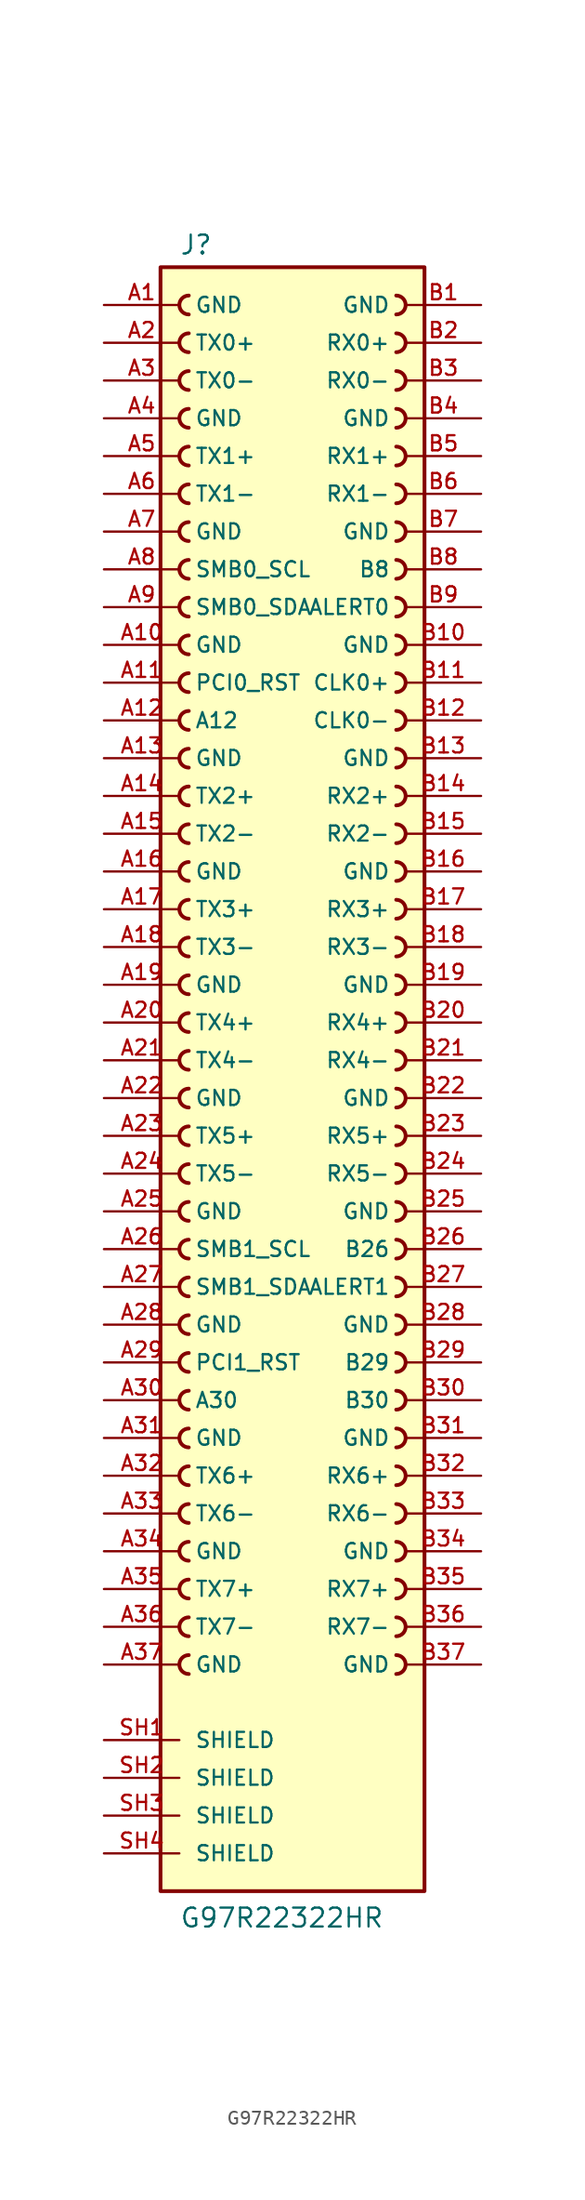
<source format=kicad_sym>
(kicad_symbol_lib
  (version 20241209)
  (generator "kicad_symbol_editor")
  (generator_version "9.0")
  (symbol "G97R22322HR"
    (pin_names
      (offset 1.016))
    (property "Reference" "J"
      (at -7.62 51.562 0)
      (effects (font (size 1.27 1.27)) (justify left bottom)))
    (property "Value" "G97R22322HR"
      (at -7.62 -60.96 0)
      (effects (font (size 1.27 1.27)) (justify left bottom)))
    (symbol "G97R22322HR_0_0"
      (rectangle (start -8.89 50.8) (end 8.89 -58.42) (stroke (width 0.254) (type default)) (fill (type background)))
      (arc (start -6.985 47.625) (mid -7.6172 48.26) (end -6.985 48.895) (stroke (width 0.254) (type default)) (fill (type none)))
      (arc (start -6.985 45.085) (mid -7.6172 45.72) (end -6.985 46.355) (stroke (width 0.254) (type default)) (fill (type none)))
      (arc (start -6.985 42.545) (mid -7.6172 43.18) (end -6.985 43.815) (stroke (width 0.254) (type default)) (fill (type none)))
      (arc (start -6.985 40.005) (mid -7.6172 40.64) (end -6.985 41.275) (stroke (width 0.254) (type default)) (fill (type none)))
      (arc (start -6.985 37.465) (mid -7.6172 38.1) (end -6.985 38.735) (stroke (width 0.254) (type default)) (fill (type none)))
      (arc (start -6.985 34.925) (mid -7.6172 35.56) (end -6.985 36.195) (stroke (width 0.254) (type default)) (fill (type none)))
      (arc (start -6.985 32.385) (mid -7.6172 33.02) (end -6.985 33.655) (stroke (width 0.254) (type default)) (fill (type none)))
      (arc (start -6.985 29.845) (mid -7.6172 30.48) (end -6.985 31.115) (stroke (width 0.254) (type default)) (fill (type none)))
      (arc (start -6.985 27.305) (mid -7.6172 27.94) (end -6.985 28.575) (stroke (width 0.254) (type default)) (fill (type none)))
      (arc (start -6.985 24.765) (mid -7.6172 25.4) (end -6.985 26.035) (stroke (width 0.254) (type default)) (fill (type none)))
      (arc (start -6.985 22.225) (mid -7.6172 22.86) (end -6.985 23.495) (stroke (width 0.254) (type default)) (fill (type none)))
      (arc (start -6.985 19.685) (mid -7.6172 20.32) (end -6.985 20.955) (stroke (width 0.254) (type default)) (fill (type none)))
      (arc (start -6.985 17.145) (mid -7.6172 17.78) (end -6.985 18.415) (stroke (width 0.254) (type default)) (fill (type none)))
      (arc (start -6.985 14.605) (mid -7.6172 15.24) (end -6.985 15.875) (stroke (width 0.254) (type default)) (fill (type none)))
      (arc (start -6.985 12.065) (mid -7.6172 12.7) (end -6.985 13.335) (stroke (width 0.254) (type default)) (fill (type none)))
      (arc (start -6.985 9.525) (mid -7.6172 10.16) (end -6.985 10.795) (stroke (width 0.254) (type default)) (fill (type none)))
      (arc (start -6.985 6.985) (mid -7.6172 7.62) (end -6.985 8.255) (stroke (width 0.254) (type default)) (fill (type none)))
      (arc (start -6.985 4.445) (mid -7.6172 5.08) (end -6.985 5.715) (stroke (width 0.254) (type default)) (fill (type none)))
      (arc (start -6.985 1.905) (mid -7.6172 2.54) (end -6.985 3.175) (stroke (width 0.254) (type default)) (fill (type none)))
      (arc (start -6.985 -0.635) (mid -7.6172 0) (end -6.985 0.635) (stroke (width 0.254) (type default)) (fill (type none)))
      (arc (start -6.985 -3.175) (mid -7.6172 -2.54) (end -6.985 -1.905) (stroke (width 0.254) (type default)) (fill (type none)))
      (arc (start -6.985 -5.715) (mid -7.6172 -5.08) (end -6.985 -4.445) (stroke (width 0.254) (type default)) (fill (type none)))
      (arc (start -6.985 -8.255) (mid -7.6172 -7.62) (end -6.985 -6.985) (stroke (width 0.254) (type default)) (fill (type none)))
      (arc (start -6.985 -10.795) (mid -7.6172 -10.16) (end -6.985 -9.525) (stroke (width 0.254) (type default)) (fill (type none)))
      (arc (start -6.985 -13.335) (mid -7.6172 -12.7) (end -6.985 -12.065) (stroke (width 0.254) (type default)) (fill (type none)))
      (arc (start -6.985 -15.875) (mid -7.6172 -15.24) (end -6.985 -14.605) (stroke (width 0.254) (type default)) (fill (type none)))
      (arc (start -6.985 -18.415) (mid -7.6172 -17.78) (end -6.985 -17.145) (stroke (width 0.254) (type default)) (fill (type none)))
      (arc (start -6.985 -20.955) (mid -7.6172 -20.32) (end -6.985 -19.685) (stroke (width 0.254) (type default)) (fill (type none)))
      (arc (start -6.985 -23.495) (mid -7.6172 -22.86) (end -6.985 -22.225) (stroke (width 0.254) (type default)) (fill (type none)))
      (arc (start -6.985 -26.035) (mid -7.6172 -25.4) (end -6.985 -24.765) (stroke (width 0.254) (type default)) (fill (type none)))
      (arc (start -6.985 -28.575) (mid -7.6172 -27.94) (end -6.985 -27.305) (stroke (width 0.254) (type default)) (fill (type none)))
      (arc (start -6.985 -31.115) (mid -7.6172 -30.48) (end -6.985 -29.845) (stroke (width 0.254) (type default)) (fill (type none)))
      (arc (start -6.985 -33.655) (mid -7.6172 -33.02) (end -6.985 -32.385) (stroke (width 0.254) (type default)) (fill (type none)))
      (arc (start -6.985 -36.195) (mid -7.6172 -35.56) (end -6.985 -34.925) (stroke (width 0.254) (type default)) (fill (type none)))
      (arc (start -6.985 -38.735) (mid -7.6172 -38.1) (end -6.985 -37.465) (stroke (width 0.254) (type default)) (fill (type none)))
      (arc (start -6.985 -41.275) (mid -7.6172 -40.64) (end -6.985 -40.005) (stroke (width 0.254) (type default)) (fill (type none)))
      (arc (start -6.985 -43.815) (mid -7.6172 -43.18) (end -6.985 -42.545) (stroke (width 0.254) (type default)) (fill (type none)))
      (arc (start 6.985 48.895) (mid 7.6172 48.26) (end 6.985 47.625) (stroke (width 0.254) (type default)) (fill (type none)))
      (arc (start 6.985 46.355) (mid 7.6172 45.72) (end 6.985 45.085) (stroke (width 0.254) (type default)) (fill (type none)))
      (arc (start 6.985 43.815) (mid 7.6172 43.18) (end 6.985 42.545) (stroke (width 0.254) (type default)) (fill (type none)))
      (arc (start 6.985 41.275) (mid 7.6172 40.64) (end 6.985 40.005) (stroke (width 0.254) (type default)) (fill (type none)))
      (arc (start 6.985 38.735) (mid 7.6172 38.1) (end 6.985 37.465) (stroke (width 0.254) (type default)) (fill (type none)))
      (arc (start 6.985 36.195) (mid 7.6172 35.56) (end 6.985 34.925) (stroke (width 0.254) (type default)) (fill (type none)))
      (arc (start 6.985 33.655) (mid 7.6172 33.02) (end 6.985 32.385) (stroke (width 0.254) (type default)) (fill (type none)))
      (arc (start 6.985 31.115) (mid 7.6172 30.48) (end 6.985 29.845) (stroke (width 0.254) (type default)) (fill (type none)))
      (arc (start 6.985 28.575) (mid 7.6172 27.94) (end 6.985 27.305) (stroke (width 0.254) (type default)) (fill (type none)))
      (arc (start 6.985 26.035) (mid 7.6172 25.4) (end 6.985 24.765) (stroke (width 0.254) (type default)) (fill (type none)))
      (arc (start 6.985 23.495) (mid 7.6172 22.86) (end 6.985 22.225) (stroke (width 0.254) (type default)) (fill (type none)))
      (arc (start 6.985 20.955) (mid 7.6172 20.32) (end 6.985 19.685) (stroke (width 0.254) (type default)) (fill (type none)))
      (arc (start 6.985 18.415) (mid 7.6172 17.78) (end 6.985 17.145) (stroke (width 0.254) (type default)) (fill (type none)))
      (arc (start 6.985 15.875) (mid 7.6172 15.24) (end 6.985 14.605) (stroke (width 0.254) (type default)) (fill (type none)))
      (arc (start 6.985 13.335) (mid 7.6172 12.7) (end 6.985 12.065) (stroke (width 0.254) (type default)) (fill (type none)))
      (arc (start 6.985 10.795) (mid 7.6172 10.16) (end 6.985 9.525) (stroke (width 0.254) (type default)) (fill (type none)))
      (arc (start 6.985 8.255) (mid 7.6172 7.62) (end 6.985 6.985) (stroke (width 0.254) (type default)) (fill (type none)))
      (arc (start 6.985 5.715) (mid 7.6172 5.08) (end 6.985 4.445) (stroke (width 0.254) (type default)) (fill (type none)))
      (arc (start 6.985 3.175) (mid 7.6172 2.54) (end 6.985 1.905) (stroke (width 0.254) (type default)) (fill (type none)))
      (arc (start 6.985 0.635) (mid 7.6172 0) (end 6.985 -0.635) (stroke (width 0.254) (type default)) (fill (type none)))
      (arc (start 6.985 -1.905) (mid 7.6172 -2.54) (end 6.985 -3.175) (stroke (width 0.254) (type default)) (fill (type none)))
      (arc (start 6.985 -4.445) (mid 7.6172 -5.08) (end 6.985 -5.715) (stroke (width 0.254) (type default)) (fill (type none)))
      (arc (start 6.985 -6.985) (mid 7.6172 -7.62) (end 6.985 -8.255) (stroke (width 0.254) (type default)) (fill (type none)))
      (arc (start 6.985 -9.525) (mid 7.6172 -10.16) (end 6.985 -10.795) (stroke (width 0.254) (type default)) (fill (type none)))
      (arc (start 6.985 -12.065) (mid 7.6172 -12.7) (end 6.985 -13.335) (stroke (width 0.254) (type default)) (fill (type none)))
      (arc (start 6.985 -14.605) (mid 7.6172 -15.24) (end 6.985 -15.875) (stroke (width 0.254) (type default)) (fill (type none)))
      (arc (start 6.985 -17.145) (mid 7.6172 -17.78) (end 6.985 -18.415) (stroke (width 0.254) (type default)) (fill (type none)))
      (arc (start 6.985 -19.685) (mid 7.6172 -20.32) (end 6.985 -20.955) (stroke (width 0.254) (type default)) (fill (type none)))
      (arc (start 6.985 -22.225) (mid 7.6172 -22.86) (end 6.985 -23.495) (stroke (width 0.254) (type default)) (fill (type none)))
      (arc (start 6.985 -24.765) (mid 7.6172 -25.4) (end 6.985 -26.035) (stroke (width 0.254) (type default)) (fill (type none)))
      (arc (start 6.985 -27.305) (mid 7.6172 -27.94) (end 6.985 -28.575) (stroke (width 0.254) (type default)) (fill (type none)))
      (arc (start 6.985 -29.845) (mid 7.6172 -30.48) (end 6.985 -31.115) (stroke (width 0.254) (type default)) (fill (type none)))
      (arc (start 6.985 -32.385) (mid 7.6172 -33.02) (end 6.985 -33.655) (stroke (width 0.254) (type default)) (fill (type none)))
      (arc (start 6.985 -34.925) (mid 7.6172 -35.56) (end 6.985 -36.195) (stroke (width 0.254) (type default)) (fill (type none)))
      (arc (start 6.985 -37.465) (mid 7.6172 -38.1) (end 6.985 -38.735) (stroke (width 0.254) (type default)) (fill (type none)))
      (arc (start 6.985 -40.005) (mid 7.6172 -40.64) (end 6.985 -41.275) (stroke (width 0.254) (type default)) (fill (type none)))
      (arc (start 6.985 -42.545) (mid 7.6172 -43.18) (end 6.985 -43.815) (stroke (width 0.254) (type default)) (fill (type none)))
      (pin passive line (at -12.7 48.26 0) (length 5.08) (name "GND" (effects (font (size 1.016 1.016)))) (number "A1" (effects (font (size 1.016 1.016)))))
      (pin passive line (at -12.7 45.72 0) (length 5.08) (name "TX0+" (effects (font (size 1.016 1.016)))) (number "A2" (effects (font (size 1.016 1.016)))))
      (pin passive line (at -12.7 43.18 0) (length 5.08) (name "TX0-" (effects (font (size 1.016 1.016)))) (number "A3" (effects (font (size 1.016 1.016)))))
      (pin passive line (at -12.7 40.64 0) (length 5.08) (name "GND" (effects (font (size 1.016 1.016)))) (number "A4" (effects (font (size 1.016 1.016)))))
      (pin passive line (at -12.7 38.1 0) (length 5.08) (name "TX1+" (effects (font (size 1.016 1.016)))) (number "A5" (effects (font (size 1.016 1.016)))))
      (pin passive line (at -12.7 35.56 0) (length 5.08) (name "TX1-" (effects (font (size 1.016 1.016)))) (number "A6" (effects (font (size 1.016 1.016)))))
      (pin passive line (at -12.7 25.4 0) (length 5.08) (name "GND" (effects (font (size 1.016 1.016)))) (number "A10" (effects (font (size 1.016 1.016)))))
      (pin passive line (at -12.7 17.78 0) (length 5.08) (name "GND" (effects (font (size 1.016 1.016)))) (number "A13" (effects (font (size 1.016 1.016)))))
      (pin passive line (at -12.7 15.24 0) (length 5.08) (name "TX2+" (effects (font (size 1.016 1.016)))) (number "A14" (effects (font (size 1.016 1.016)))))
      (pin passive line (at -12.7 12.7 0) (length 5.08) (name "TX2-" (effects (font (size 1.016 1.016)))) (number "A15" (effects (font (size 1.016 1.016)))))
      (pin passive line (at -12.7 10.16 0) (length 5.08) (name "GND" (effects (font (size 1.016 1.016)))) (number "A16" (effects (font (size 1.016 1.016)))))
      (pin passive line (at -12.7 7.62 0) (length 5.08) (name "TX3+" (effects (font (size 1.016 1.016)))) (number "A17" (effects (font (size 1.016 1.016)))))
      (pin passive line (at -12.7 5.08 0) (length 5.08) (name "TX3-" (effects (font (size 1.016 1.016)))) (number "A18" (effects (font (size 1.016 1.016)))))
      (pin passive line (at -12.7 2.54 0) (length 5.08) (name "GND" (effects (font (size 1.016 1.016)))) (number "A19" (effects (font (size 1.016 1.016)))))
      (pin passive line (at -12.7 0 0) (length 5.08) (name "TX4+" (effects (font (size 1.016 1.016)))) (number "A20" (effects (font (size 1.016 1.016)))))
      (pin passive line (at -12.7 -2.54 0) (length 5.08) (name "TX4-" (effects (font (size 1.016 1.016)))) (number "A21" (effects (font (size 1.016 1.016)))))
      (pin passive line (at -12.7 -5.08 0) (length 5.08) (name "GND" (effects (font (size 1.016 1.016)))) (number "A22" (effects (font (size 1.016 1.016)))))
      (pin passive line (at -12.7 -7.62 0) (length 5.08) (name "TX5+" (effects (font (size 1.016 1.016)))) (number "A23" (effects (font (size 1.016 1.016)))))
      (pin passive line (at -12.7 -10.16 0) (length 5.08) (name "TX5-" (effects (font (size 1.016 1.016)))) (number "A24" (effects (font (size 1.016 1.016)))))
      (pin passive line (at -12.7 -12.7 0) (length 5.08) (name "GND" (effects (font (size 1.016 1.016)))) (number "A25" (effects (font (size 1.016 1.016)))))
      (pin passive line (at -12.7 -20.32 0) (length 5.08) (name "GND" (effects (font (size 1.016 1.016)))) (number "A28" (effects (font (size 1.016 1.016)))))
      (pin passive line (at -12.7 -27.94 0) (length 5.08) (name "GND" (effects (font (size 1.016 1.016)))) (number "A31" (effects (font (size 1.016 1.016)))))
      (pin passive line (at -12.7 -30.48 0) (length 5.08) (name "TX6+" (effects (font (size 1.016 1.016)))) (number "A32" (effects (font (size 1.016 1.016)))))
      (pin passive line (at -12.7 -33.02 0) (length 5.08) (name "TX6-" (effects (font (size 1.016 1.016)))) (number "A33" (effects (font (size 1.016 1.016)))))
      (pin passive line (at -12.7 -35.56 0) (length 5.08) (name "GND" (effects (font (size 1.016 1.016)))) (number "A34" (effects (font (size 1.016 1.016)))))
      (pin passive line (at -12.7 -38.1 0) (length 5.08) (name "TX7+" (effects (font (size 1.016 1.016)))) (number "A35" (effects (font (size 1.016 1.016)))))
      (pin passive line (at -12.7 -40.64 0) (length 5.08) (name "TX7-" (effects (font (size 1.016 1.016)))) (number "A36" (effects (font (size 1.016 1.016)))))
      (pin passive line (at -12.7 -43.18 0) (length 5.08) (name "GND" (effects (font (size 1.016 1.016)))) (number "A37" (effects (font (size 1.016 1.016)))))
      (pin passive line (at 12.7 48.26 180) (length 5.08) (name "GND" (effects (font (size 1.016 1.016)))) (number "B1" (effects (font (size 1.016 1.016)))))
      (pin passive line (at 12.7 45.72 180) (length 5.08) (name "RX0+" (effects (font (size 1.016 1.016)))) (number "B2" (effects (font (size 1.016 1.016)))))
      (pin passive line (at 12.7 43.18 180) (length 5.08) (name "RX0-" (effects (font (size 1.016 1.016)))) (number "B3" (effects (font (size 1.016 1.016)))))
      (pin passive line (at 12.7 40.64 180) (length 5.08) (name "GND" (effects (font (size 1.016 1.016)))) (number "B4" (effects (font (size 1.016 1.016)))))
      (pin passive line (at 12.7 38.1 180) (length 5.08) (name "RX1+" (effects (font (size 1.016 1.016)))) (number "B5" (effects (font (size 1.016 1.016)))))
      (pin passive line (at 12.7 35.56 180) (length 5.08) (name "RX1-" (effects (font (size 1.016 1.016)))) (number "B6" (effects (font (size 1.016 1.016)))))
      (pin passive line (at 12.7 33.02 180) (length 5.08) (name "GND" (effects (font (size 1.016 1.016)))) (number "B7" (effects (font (size 1.016 1.016)))))
      (pin passive line (at 12.7 25.4 180) (length 5.08) (name "GND" (effects (font (size 1.016 1.016)))) (number "B10" (effects (font (size 1.016 1.016)))))
      (pin passive line (at 12.7 17.78 180) (length 5.08) (name "GND" (effects (font (size 1.016 1.016)))) (number "B13" (effects (font (size 1.016 1.016)))))
      (pin passive line (at 12.7 15.24 180) (length 5.08) (name "RX2+" (effects (font (size 1.016 1.016)))) (number "B14" (effects (font (size 1.016 1.016)))))
      (pin passive line (at 12.7 12.7 180) (length 5.08) (name "RX2-" (effects (font (size 1.016 1.016)))) (number "B15" (effects (font (size 1.016 1.016)))))
      (pin passive line (at 12.7 10.16 180) (length 5.08) (name "GND" (effects (font (size 1.016 1.016)))) (number "B16" (effects (font (size 1.016 1.016)))))
      (pin passive line (at 12.7 7.62 180) (length 5.08) (name "RX3+" (effects (font (size 1.016 1.016)))) (number "B17" (effects (font (size 1.016 1.016)))))
      (pin passive line (at 12.7 5.08 180) (length 5.08) (name "RX3-" (effects (font (size 1.016 1.016)))) (number "B18" (effects (font (size 1.016 1.016)))))
      (pin passive line (at 12.7 2.54 180) (length 5.08) (name "GND" (effects (font (size 1.016 1.016)))) (number "B19" (effects (font (size 1.016 1.016)))))
      (pin passive line (at 12.7 0 180) (length 5.08) (name "RX4+" (effects (font (size 1.016 1.016)))) (number "B20" (effects (font (size 1.016 1.016)))))
      (pin passive line (at 12.7 -2.54 180) (length 5.08) (name "RX4-" (effects (font (size 1.016 1.016)))) (number "B21" (effects (font (size 1.016 1.016)))))
      (pin passive line (at 12.7 -5.08 180) (length 5.08) (name "GND" (effects (font (size 1.016 1.016)))) (number "B22" (effects (font (size 1.016 1.016)))))
      (pin passive line (at 12.7 -7.62 180) (length 5.08) (name "RX5+" (effects (font (size 1.016 1.016)))) (number "B23" (effects (font (size 1.016 1.016)))))
      (pin passive line (at 12.7 -10.16 180) (length 5.08) (name "RX5-" (effects (font (size 1.016 1.016)))) (number "B24" (effects (font (size 1.016 1.016)))))
      (pin passive line (at 12.7 -12.7 180) (length 5.08) (name "GND" (effects (font (size 1.016 1.016)))) (number "B25" (effects (font (size 1.016 1.016)))))
      (pin unspecified line (at 12.7 -15.24 180) (length 5.08) (name "B26" (effects (font (size 1.016 1.016)))) (number "B26" (effects (font (size 1.016 1.016)))))
      (pin passive line (at 12.7 -20.32 180) (length 5.08) (name "GND" (effects (font (size 1.016 1.016)))) (number "B28" (effects (font (size 1.016 1.016)))))
      (pin passive line (at 12.7 -27.94 180) (length 5.08) (name "GND" (effects (font (size 1.016 1.016)))) (number "B31" (effects (font (size 1.016 1.016)))))
      (pin passive line (at 12.7 -30.48 180) (length 5.08) (name "RX6+" (effects (font (size 1.016 1.016)))) (number "B32" (effects (font (size 1.016 1.016)))))
      (pin passive line (at 12.7 -33.02 180) (length 5.08) (name "RX6-" (effects (font (size 1.016 1.016)))) (number "B33" (effects (font (size 1.016 1.016)))))
      (pin passive line (at 12.7 -35.56 180) (length 5.08) (name "GND" (effects (font (size 1.016 1.016)))) (number "B34" (effects (font (size 1.016 1.016)))))
      (pin passive line (at 12.7 -38.1 180) (length 5.08) (name "RX7+" (effects (font (size 1.016 1.016)))) (number "B35" (effects (font (size 1.016 1.016)))))
      (pin passive line (at 12.7 -40.64 180) (length 5.08) (name "RX7-" (effects (font (size 1.016 1.016)))) (number "B36" (effects (font (size 1.016 1.016)))))
      (pin passive line (at 12.7 -43.18 180) (length 5.08) (name "GND" (effects (font (size 1.016 1.016)))) (number "B37" (effects (font (size 1.016 1.016))))))
    (symbol "G97R22322HR_1_0"
      (pin passive line (at -12.7 33.02 0) (length 5.08) (name "GND" (effects (font (size 1.016 1.016)))) (number "A7" (effects (font (size 1.016 1.016)))))
      (pin passive line (at -12.7 30.48 0) (length 5.08) (name "SMB0_SCL" (effects (font (size 1.016 1.016)))) (number "A8" (effects (font (size 1.016 1.016)))))
      (pin passive line (at -12.7 27.94 0) (length 5.08) (name "SMB0_SDA" (effects (font (size 1.016 1.016)))) (number "A9" (effects (font (size 1.016 1.016)))))
      (pin passive line (at -12.7 22.86 0) (length 5.08) (name "PCI0_RST" (effects (font (size 1.016 1.016)))) (number "A11" (effects (font (size 1.016 1.016)))))
      (pin unspecified line (at -12.7 20.32 0) (length 5.08) (name "A12" (effects (font (size 1.016 1.016)))) (number "A12" (effects (font (size 1.016 1.016)))))
      (pin unspecified line (at -12.7 -15.24 0) (length 5.08) (name "SMB1_SCL" (effects (font (size 1.016 1.016)))) (number "A26" (effects (font (size 1.016 1.016)))))
      (pin passive line (at -12.7 -17.78 0) (length 5.08) (name "SMB1_SDA" (effects (font (size 1.016 1.016)))) (number "A27" (effects (font (size 1.016 1.016)))))
      (pin passive line (at -12.7 -22.86 0) (length 5.08) (name "PCI1_RST" (effects (font (size 1.016 1.016)))) (number "A29" (effects (font (size 1.016 1.016)))))
      (pin unspecified line (at -12.7 -25.4 0) (length 5.08) (name "A30" (effects (font (size 1.016 1.016)))) (number "A30" (effects (font (size 1.016 1.016)))))
      (pin passive line (at -12.7 -48.26 0) (length 5.08) (name "SHIELD" (effects (font (size 1.016 1.016)))) (number "SH1" (effects (font (size 1.016 1.016)))))
      (pin passive line (at -12.7 -50.8 0) (length 5.08) (name "SHIELD" (effects (font (size 1.016 1.016)))) (number "SH2" (effects (font (size 1.016 1.016)))))
      (pin passive line (at -12.7 -53.34 0) (length 5.08) (name "SHIELD" (effects (font (size 1.016 1.016)))) (number "SH3" (effects (font (size 1.016 1.016)))))
      (pin passive line (at -12.7 -55.88 0) (length 5.08) (name "SHIELD" (effects (font (size 1.016 1.016)))) (number "SH4" (effects (font (size 1.016 1.016)))))
      (pin unspecified line (at 12.7 30.48 180) (length 5.08) (name "B8" (effects (font (size 1.016 1.016)))) (number "B8" (effects (font (size 1.016 1.016)))))
      (pin passive line (at 12.7 27.94 180) (length 5.08) (name "ALERT0" (effects (font (size 1.016 1.016)))) (number "B9" (effects (font (size 1.016 1.016)))))
      (pin passive line (at 12.7 22.86 180) (length 5.08) (name "CLK0+" (effects (font (size 1.016 1.016)))) (number "B11" (effects (font (size 1.016 1.016)))))
      (pin passive line (at 12.7 20.32 180) (length 5.08) (name "CLK0-" (effects (font (size 1.016 1.016)))) (number "B12" (effects (font (size 1.016 1.016)))))
      (pin passive line (at 12.7 -17.78 180) (length 5.08) (name "ALERT1" (effects (font (size 1.016 1.016)))) (number "B27" (effects (font (size 1.016 1.016)))))
      (pin unspecified line (at 12.7 -22.86 180) (length 5.08) (name "B29" (effects (font (size 1.016 1.016)))) (number "B29" (effects (font (size 1.016 1.016)))))
      (pin unspecified line (at 12.7 -25.4 180) (length 5.08) (name "B30" (effects (font (size 1.016 1.016)))) (number "B30" (effects (font (size 1.016 1.016))))))))
</source>
